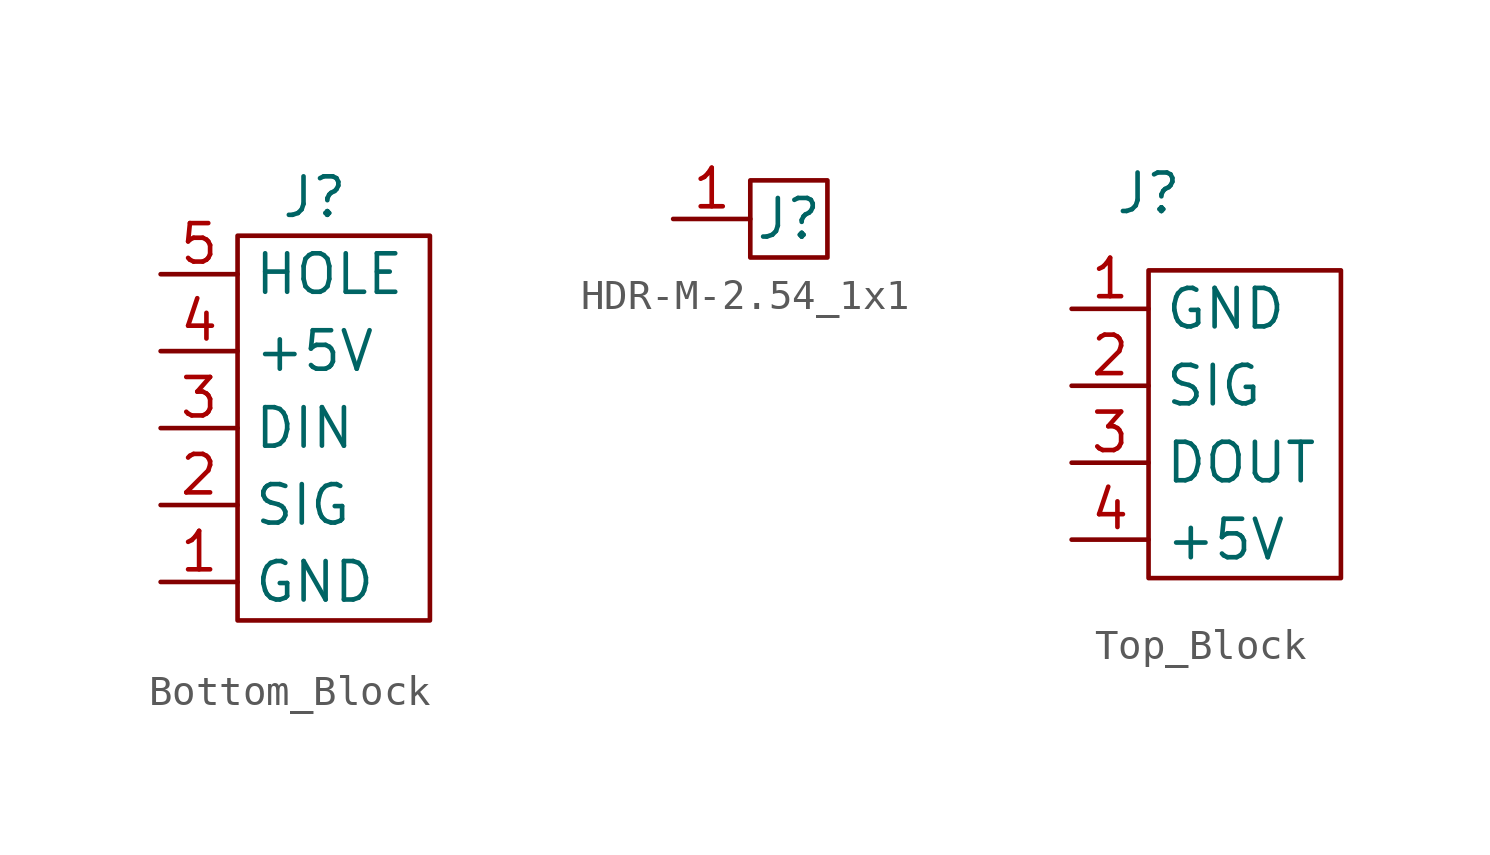
<source format=kicad_sym>
(kicad_symbol_lib
  (version 20220914)
  (generator kicad_symbol_editor)
  (symbol "Bottom_Block"
    (property "Reference" "J"
      (at 2.54 1.27 0)
      (effects (font (size 1.27 1.27))))
    (property "Value" ""
      (at 0 0 0)
      (effects (font (size 1.27 1.27))))
    (symbol "Bottom_Block_0_1"
      (rectangle (start 0 0) (end 6.35 -12.7) (stroke (width 0) (type default)) (fill (type none))))
    (symbol "Bottom_Block_1_1"
      (pin power_in line (at -2.54 -11.43 0) (length 2.54) (name "GND" (effects (font (size 1.27 1.27)))) (number "1" (effects (font (size 1.27 1.27)))))
      (pin output line (at -2.54 -8.89 0) (length 2.54) (name "SIG" (effects (font (size 1.27 1.27)))) (number "2" (effects (font (size 1.27 1.27)))))
      (pin input line (at -2.54 -6.35 0) (length 2.54) (name "DIN" (effects (font (size 1.27 1.27)))) (number "3" (effects (font (size 1.27 1.27)))))
      (pin power_in line (at -2.54 -3.81 0) (length 2.54) (name "+5V" (effects (font (size 1.27 1.27)))) (number "4" (effects (font (size 1.27 1.27)))))
      (pin output line (at -2.54 -1.27 0) (length 2.54) (name "HOLE" (effects (font (size 1.27 1.27)))) (number "5" (effects (font (size 1.27 1.27)))))))
  (symbol "HDR-M-2.54_1x1"
    (property "Reference" "J"
      (at 0 -2.54 0)
      (effects (font (size 1.27 1.27))))
    (property "Value" ""
      (at 0 0 0)
      (effects (font (size 1.27 1.27))))
    (symbol "HDR-M-2.54_1x1_0_1"
      (rectangle (start -1.27 -1.27) (end 1.27 -3.81) (stroke (width 0) (type default)) (fill (type none))))
    (symbol "HDR-M-2.54_1x1_1_1"
      (pin input line (at -3.81 -2.54 0) (length 2.54) (name "" (effects (font (size 1.27 1.27)))) (number "1" (effects (font (size 1.27 1.27)))))))
  (symbol "Top_Block"
    (property "Reference" "J"
      (at 0 0 0)
      (effects (font (size 1.27 1.27))))
    (property "Value" ""
      (at 0 0 0)
      (effects (font (size 1.27 1.27))))
    (symbol "Top_Block_0_1"
      (rectangle (start 0 -2.54) (end 6.35 -12.7) (stroke (width 0) (type default)) (fill (type none))))
    (symbol "Top_Block_1_1"
      (pin power_out line (at -2.54 -3.81 0) (length 2.54) (name "GND" (effects (font (size 1.27 1.27)))) (number "1" (effects (font (size 1.27 1.27)))))
      (pin input line (at -2.54 -6.35 0) (length 2.54) (name "SIG" (effects (font (size 1.27 1.27)))) (number "2" (effects (font (size 1.27 1.27)))))
      (pin output line (at -2.54 -8.89 0) (length 2.54) (name "DOUT" (effects (font (size 1.27 1.27)))) (number "3" (effects (font (size 1.27 1.27)))))
      (pin power_out line (at -2.54 -11.43 0) (length 2.54) (name "+5V" (effects (font (size 1.27 1.27)))) (number "4" (effects (font (size 1.27 1.27))))))))
</source>
